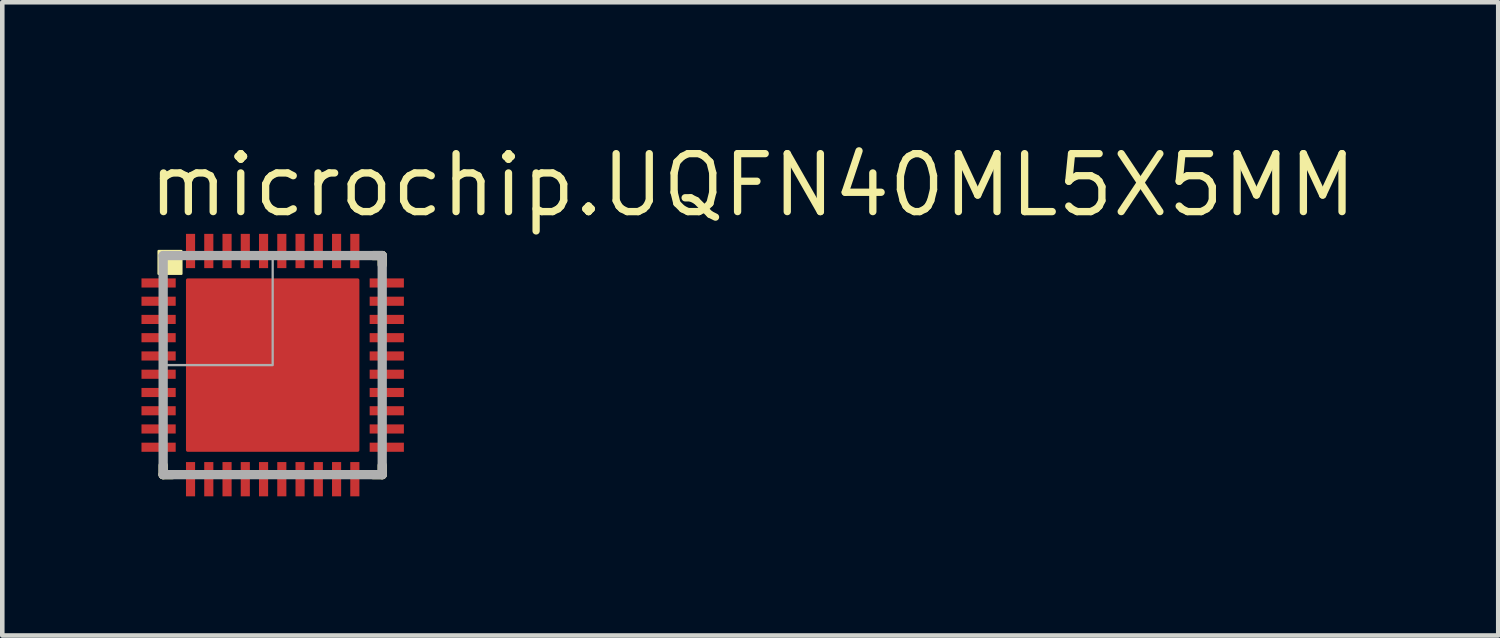
<source format=kicad_pcb>
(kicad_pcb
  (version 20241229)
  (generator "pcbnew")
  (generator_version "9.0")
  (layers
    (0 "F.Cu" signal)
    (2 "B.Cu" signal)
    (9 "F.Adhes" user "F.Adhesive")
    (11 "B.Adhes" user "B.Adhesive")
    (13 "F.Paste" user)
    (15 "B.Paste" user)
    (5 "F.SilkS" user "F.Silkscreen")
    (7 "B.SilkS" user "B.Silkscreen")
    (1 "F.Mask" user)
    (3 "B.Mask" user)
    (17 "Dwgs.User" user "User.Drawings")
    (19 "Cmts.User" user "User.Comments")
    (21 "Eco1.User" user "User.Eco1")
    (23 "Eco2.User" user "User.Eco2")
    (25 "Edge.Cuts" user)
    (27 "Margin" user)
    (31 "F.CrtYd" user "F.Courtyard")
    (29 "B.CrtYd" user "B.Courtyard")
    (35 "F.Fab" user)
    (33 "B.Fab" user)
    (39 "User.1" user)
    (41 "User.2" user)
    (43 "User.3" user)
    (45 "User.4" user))
  (footprint "microchip.UQFN40ML5X5MM"
    (layer "F.Cu")
    (at 2.925 4.95)
    (property "Reference" "microchip.UQFN40ML5X5MM" (at -2.8 -3.2 0) (layer "F.SilkS") (effects (font (size 1.27 1.27) (thickness 0.16)) (justify left bottom)))
    (attr smd)
    (fp_rect (start -2.9 -1.675) (end -2.1 -1.925) (stroke (width 0.05) (type default)) (fill yes) (layer "F.Mask"))
    (fp_rect (start -2.9 -1.275) (end -2.1 -1.525) (stroke (width 0.05) (type default)) (fill yes) (layer "F.Mask"))
    (fp_rect (start -2.9 -0.875) (end -2.1 -1.125) (stroke (width 0.05) (type default)) (fill yes) (layer "F.Mask"))
    (fp_rect (start -2.9 -0.475) (end -2.1 -0.725) (stroke (width 0.05) (type default)) (fill yes) (layer "F.Mask"))
    (fp_rect (start -2.9 -0.075) (end -2.1 -0.325) (stroke (width 0.05) (type default)) (fill yes) (layer "F.Mask"))
    (fp_rect (start -2.9 0.325) (end -2.1 0.075) (stroke (width 0.05) (type default)) (fill yes) (layer "F.Mask"))
    (fp_rect (start -2.9 0.725) (end -2.1 0.475) (stroke (width 0.05) (type default)) (fill yes) (layer "F.Mask"))
    (fp_rect (start -2.9 1.125) (end -2.1 0.875) (stroke (width 0.05) (type default)) (fill yes) (layer "F.Mask"))
    (fp_rect (start -2.9 1.525) (end -2.1 1.275) (stroke (width 0.05) (type default)) (fill yes) (layer "F.Mask"))
    (fp_rect (start -2.9 1.925) (end -2.1 1.675) (stroke (width 0.05) (type default)) (fill yes) (layer "F.Mask"))
    (fp_rect (start -1.95 1.95) (end 1.95 -1.95) (stroke (width 0.05) (type default)) (fill yes) (layer "F.Mask"))
    (fp_rect (start -1.925 -2.1) (end -1.675 -2.9) (stroke (width 0.05) (type default)) (fill yes) (layer "F.Mask"))
    (fp_rect (start -1.925 2.9) (end -1.675 2.1) (stroke (width 0.05) (type default)) (fill yes) (layer "F.Mask"))
    (fp_rect (start -1.525 -2.1) (end -1.275 -2.9) (stroke (width 0.05) (type default)) (fill yes) (layer "F.Mask"))
    (fp_rect (start -1.525 2.9) (end -1.275 2.1) (stroke (width 0.05) (type default)) (fill yes) (layer "F.Mask"))
    (fp_rect (start -1.125 -2.1) (end -0.875 -2.9) (stroke (width 0.05) (type default)) (fill yes) (layer "F.Mask"))
    (fp_rect (start -1.125 2.9) (end -0.875 2.1) (stroke (width 0.05) (type default)) (fill yes) (layer "F.Mask"))
    (fp_rect (start -0.725 -2.1) (end -0.475 -2.9) (stroke (width 0.05) (type default)) (fill yes) (layer "F.Mask"))
    (fp_rect (start -0.725 2.9) (end -0.475 2.1) (stroke (width 0.05) (type default)) (fill yes) (layer "F.Mask"))
    (fp_rect (start -0.325 -2.1) (end -0.075 -2.9) (stroke (width 0.05) (type default)) (fill yes) (layer "F.Mask"))
    (fp_rect (start -0.325 2.9) (end -0.075 2.1) (stroke (width 0.05) (type default)) (fill yes) (layer "F.Mask"))
    (fp_rect (start 0.075 -2.1) (end 0.325 -2.9) (stroke (width 0.05) (type default)) (fill yes) (layer "F.Mask"))
    (fp_rect (start 0.075 2.9) (end 0.325 2.1) (stroke (width 0.05) (type default)) (fill yes) (layer "F.Mask"))
    (fp_rect (start 0.475 -2.1) (end 0.725 -2.9) (stroke (width 0.05) (type default)) (fill yes) (layer "F.Mask"))
    (fp_rect (start 0.475 2.9) (end 0.725 2.1) (stroke (width 0.05) (type default)) (fill yes) (layer "F.Mask"))
    (fp_rect (start 0.875 -2.1) (end 1.125 -2.9) (stroke (width 0.05) (type default)) (fill yes) (layer "F.Mask"))
    (fp_rect (start 0.875 2.9) (end 1.125 2.1) (stroke (width 0.05) (type default)) (fill yes) (layer "F.Mask"))
    (fp_rect (start 1.275 -2.1) (end 1.525 -2.9) (stroke (width 0.05) (type default)) (fill yes) (layer "F.Mask"))
    (fp_rect (start 1.275 2.9) (end 1.525 2.1) (stroke (width 0.05) (type default)) (fill yes) (layer "F.Mask"))
    (fp_rect (start 1.675 -2.1) (end 1.925 -2.9) (stroke (width 0.05) (type default)) (fill yes) (layer "F.Mask"))
    (fp_rect (start 1.675 2.9) (end 1.925 2.1) (stroke (width 0.05) (type default)) (fill yes) (layer "F.Mask"))
    (fp_rect (start 2.1 -1.675) (end 2.9 -1.925) (stroke (width 0.05) (type default)) (fill yes) (layer "F.Mask"))
    (fp_rect (start 2.1 -1.275) (end 2.9 -1.525) (stroke (width 0.05) (type default)) (fill yes) (layer "F.Mask"))
    (fp_rect (start 2.1 -0.875) (end 2.9 -1.125) (stroke (width 0.05) (type default)) (fill yes) (layer "F.Mask"))
    (fp_rect (start 2.1 -0.475) (end 2.9 -0.725) (stroke (width 0.05) (type default)) (fill yes) (layer "F.Mask"))
    (fp_rect (start 2.1 -0.075) (end 2.9 -0.325) (stroke (width 0.05) (type default)) (fill yes) (layer "F.Mask"))
    (fp_rect (start 2.1 0.325) (end 2.9 0.075) (stroke (width 0.05) (type default)) (fill yes) (layer "F.Mask"))
    (fp_rect (start 2.1 0.725) (end 2.9 0.475) (stroke (width 0.05) (type default)) (fill yes) (layer "F.Mask"))
    (fp_rect (start 2.1 1.125) (end 2.9 0.875) (stroke (width 0.05) (type default)) (fill yes) (layer "F.Mask"))
    (fp_rect (start 2.1 1.525) (end 2.9 1.275) (stroke (width 0.05) (type default)) (fill yes) (layer "F.Mask"))
    (fp_rect (start 2.1 1.925) (end 2.9 1.675) (stroke (width 0.05) (type default)) (fill yes) (layer "F.Mask"))
    (fp_line (start -2.4 2.2) (end -2.4 2.4) (stroke (width 0.203) (type default)) (layer "F.SilkS"))
    (fp_line (start -2.4 2.4) (end -2.2 2.4) (stroke (width 0.203) (type default)) (layer "F.SilkS"))
    (fp_line (start 2.2 2.4) (end 2.4 2.4) (stroke (width 0.203) (type default)) (layer "F.SilkS"))
    (fp_line (start 2.4 -2.4) (end 2.2 -2.4) (stroke (width 0.203) (type default)) (layer "F.SilkS"))
    (fp_line (start 2.4 -2.2) (end 2.4 -2.4) (stroke (width 0.203) (type default)) (layer "F.SilkS"))
    (fp_line (start 2.4 2.4) (end 2.4 2.2) (stroke (width 0.203) (type default)) (layer "F.SilkS"))
    (fp_rect (start -2.5 -2) (end -2 -2.5) (stroke (width 0.05) (type default)) (fill yes) (layer "F.SilkS"))
    (fp_rect (start -2.85 -1.725) (end -2.15 -1.875) (stroke (width 0.05) (type default)) (fill yes) (layer "F.Paste"))
    (fp_rect (start -2.85 -1.325) (end -2.15 -1.475) (stroke (width 0.05) (type default)) (fill yes) (layer "F.Paste"))
    (fp_rect (start -2.85 -0.925) (end -2.15 -1.075) (stroke (width 0.05) (type default)) (fill yes) (layer "F.Paste"))
    (fp_rect (start -2.85 -0.525) (end -2.15 -0.675) (stroke (width 0.05) (type default)) (fill yes) (layer "F.Paste"))
    (fp_rect (start -2.85 -0.125) (end -2.15 -0.275) (stroke (width 0.05) (type default)) (fill yes) (layer "F.Paste"))
    (fp_rect (start -2.85 0.275) (end -2.15 0.125) (stroke (width 0.05) (type default)) (fill yes) (layer "F.Paste"))
    (fp_rect (start -2.85 0.675) (end -2.15 0.525) (stroke (width 0.05) (type default)) (fill yes) (layer "F.Paste"))
    (fp_rect (start -2.85 1.075) (end -2.15 0.925) (stroke (width 0.05) (type default)) (fill yes) (layer "F.Paste"))
    (fp_rect (start -2.85 1.475) (end -2.15 1.325) (stroke (width 0.05) (type default)) (fill yes) (layer "F.Paste"))
    (fp_rect (start -2.85 1.875) (end -2.15 1.725) (stroke (width 0.05) (type default)) (fill yes) (layer "F.Paste"))
    (fp_rect (start -1.875 -2.15) (end -1.725 -2.85) (stroke (width 0.05) (type default)) (fill yes) (layer "F.Paste"))
    (fp_rect (start -1.875 2.85) (end -1.725 2.15) (stroke (width 0.05) (type default)) (fill yes) (layer "F.Paste"))
    (fp_rect (start -1.75 1.75) (end 1.75 -1.75) (stroke (width 0.05) (type default)) (fill yes) (layer "F.Paste"))
    (fp_rect (start -1.475 -2.15) (end -1.325 -2.85) (stroke (width 0.05) (type default)) (fill yes) (layer "F.Paste"))
    (fp_rect (start -1.475 2.85) (end -1.325 2.15) (stroke (width 0.05) (type default)) (fill yes) (layer "F.Paste"))
    (fp_rect (start -1.075 -2.15) (end -0.925 -2.85) (stroke (width 0.05) (type default)) (fill yes) (layer "F.Paste"))
    (fp_rect (start -1.075 2.85) (end -0.925 2.15) (stroke (width 0.05) (type default)) (fill yes) (layer "F.Paste"))
    (fp_rect (start -0.675 -2.15) (end -0.525 -2.85) (stroke (width 0.05) (type default)) (fill yes) (layer "F.Paste"))
    (fp_rect (start -0.675 2.85) (end -0.525 2.15) (stroke (width 0.05) (type default)) (fill yes) (layer "F.Paste"))
    (fp_rect (start -0.275 -2.15) (end -0.125 -2.85) (stroke (width 0.05) (type default)) (fill yes) (layer "F.Paste"))
    (fp_rect (start -0.275 2.85) (end -0.125 2.15) (stroke (width 0.05) (type default)) (fill yes) (layer "F.Paste"))
    (fp_rect (start 0.125 -2.15) (end 0.275 -2.85) (stroke (width 0.05) (type default)) (fill yes) (layer "F.Paste"))
    (fp_rect (start 0.125 2.85) (end 0.275 2.15) (stroke (width 0.05) (type default)) (fill yes) (layer "F.Paste"))
    (fp_rect (start 0.525 -2.15) (end 0.675 -2.85) (stroke (width 0.05) (type default)) (fill yes) (layer "F.Paste"))
    (fp_rect (start 0.525 2.85) (end 0.675 2.15) (stroke (width 0.05) (type default)) (fill yes) (layer "F.Paste"))
    (fp_rect (start 0.925 -2.15) (end 1.075 -2.85) (stroke (width 0.05) (type default)) (fill yes) (layer "F.Paste"))
    (fp_rect (start 0.925 2.85) (end 1.075 2.15) (stroke (width 0.05) (type default)) (fill yes) (layer "F.Paste"))
    (fp_rect (start 1.325 -2.15) (end 1.475 -2.85) (stroke (width 0.05) (type default)) (fill yes) (layer "F.Paste"))
    (fp_rect (start 1.325 2.85) (end 1.475 2.15) (stroke (width 0.05) (type default)) (fill yes) (layer "F.Paste"))
    (fp_rect (start 1.725 -2.15) (end 1.875 -2.85) (stroke (width 0.05) (type default)) (fill yes) (layer "F.Paste"))
    (fp_rect (start 1.725 2.85) (end 1.875 2.15) (stroke (width 0.05) (type default)) (fill yes) (layer "F.Paste"))
    (fp_rect (start 2.15 -1.725) (end 2.85 -1.875) (stroke (width 0.05) (type default)) (fill yes) (layer "F.Paste"))
    (fp_rect (start 2.15 -1.325) (end 2.85 -1.475) (stroke (width 0.05) (type default)) (fill yes) (layer "F.Paste"))
    (fp_rect (start 2.15 -0.925) (end 2.85 -1.075) (stroke (width 0.05) (type default)) (fill yes) (layer "F.Paste"))
    (fp_rect (start 2.15 -0.525) (end 2.85 -0.675) (stroke (width 0.05) (type default)) (fill yes) (layer "F.Paste"))
    (fp_rect (start 2.15 -0.125) (end 2.85 -0.275) (stroke (width 0.05) (type default)) (fill yes) (layer "F.Paste"))
    (fp_rect (start 2.15 0.275) (end 2.85 0.125) (stroke (width 0.05) (type default)) (fill yes) (layer "F.Paste"))
    (fp_rect (start 2.15 0.675) (end 2.85 0.525) (stroke (width 0.05) (type default)) (fill yes) (layer "F.Paste"))
    (fp_rect (start 2.15 1.075) (end 2.85 0.925) (stroke (width 0.05) (type default)) (fill yes) (layer "F.Paste"))
    (fp_rect (start 2.15 1.475) (end 2.85 1.325) (stroke (width 0.05) (type default)) (fill yes) (layer "F.Paste"))
    (fp_rect (start 2.15 1.875) (end 2.85 1.725) (stroke (width 0.05) (type default)) (fill yes) (layer "F.Paste"))
    (fp_line (start -2.4 -2.4) (end -2.4 2.4) (stroke (width 0.203) (type default)) (layer "F.Fab"))
    (fp_line (start -2.4 2.4) (end 2.4 2.4) (stroke (width 0.203) (type default)) (layer "F.Fab"))
    (fp_line (start 2.4 -2.4) (end -2.4 -2.4) (stroke (width 0.203) (type default)) (layer "F.Fab"))
    (fp_line (start 2.4 2.4) (end 2.4 -2.4) (stroke (width 0.203) (type default)) (layer "F.Fab"))
    (fp_rect (start -2.4 0) (end 0 -2.4) (stroke (width 0.05) (type default)) (fill no) (layer "F.Fab"))
    (pad "1" smd roundrect (at -2.5 -1.8) (size 0.75 0.2) (layers "F.Cu" "F.Mask" "F.Paste") (roundrect_rratio 0.01))
    (pad "2" smd roundrect (at -2.5 -1.4) (size 0.75 0.2) (layers "F.Cu" "F.Mask" "F.Paste") (roundrect_rratio 0.01))
    (pad "3" smd roundrect (at -2.5 -1) (size 0.75 0.2) (layers "F.Cu" "F.Mask" "F.Paste") (roundrect_rratio 0.01))
    (pad "4" smd roundrect (at -2.5 -0.6) (size 0.75 0.2) (layers "F.Cu" "F.Mask" "F.Paste") (roundrect_rratio 0.01))
    (pad "5" smd roundrect (at -2.5 -0.2) (size 0.75 0.2) (layers "F.Cu" "F.Mask" "F.Paste") (roundrect_rratio 0.01))
    (pad "6" smd roundrect (at -2.5 0.2) (size 0.75 0.2) (layers "F.Cu" "F.Mask" "F.Paste") (roundrect_rratio 0.01))
    (pad "7" smd roundrect (at -2.5 0.6) (size 0.75 0.2) (layers "F.Cu" "F.Mask" "F.Paste") (roundrect_rratio 0.01))
    (pad "8" smd roundrect (at -2.5 1) (size 0.75 0.2) (layers "F.Cu" "F.Mask" "F.Paste") (roundrect_rratio 0.01))
    (pad "9" smd roundrect (at -2.5 1.4) (size 0.75 0.2) (layers "F.Cu" "F.Mask" "F.Paste") (roundrect_rratio 0.01))
    (pad "10" smd roundrect (at -2.5 1.8) (size 0.75 0.2) (layers "F.Cu" "F.Mask" "F.Paste") (roundrect_rratio 0.01))
    (pad "11" smd roundrect (at -1.8 2.5 90) (size 0.75 0.2) (layers "F.Cu" "F.Mask" "F.Paste") (roundrect_rratio 0.01))
    (pad "12" smd roundrect (at -1.4 2.5 90) (size 0.75 0.2) (layers "F.Cu" "F.Mask" "F.Paste") (roundrect_rratio 0.01))
    (pad "13" smd roundrect (at -1 2.5 90) (size 0.75 0.2) (layers "F.Cu" "F.Mask" "F.Paste") (roundrect_rratio 0.01))
    (pad "14" smd roundrect (at -0.6 2.5 90) (size 0.75 0.2) (layers "F.Cu" "F.Mask" "F.Paste") (roundrect_rratio 0.01))
    (pad "15" smd roundrect (at -0.2 2.5 90) (size 0.75 0.2) (layers "F.Cu" "F.Mask" "F.Paste") (roundrect_rratio 0.01))
    (pad "16" smd roundrect (at 0.2 2.5 90) (size 0.75 0.2) (layers "F.Cu" "F.Mask" "F.Paste") (roundrect_rratio 0.01))
    (pad "17" smd roundrect (at 0.6 2.5 90) (size 0.75 0.2) (layers "F.Cu" "F.Mask" "F.Paste") (roundrect_rratio 0.01))
    (pad "18" smd roundrect (at 1 2.5 90) (size 0.75 0.2) (layers "F.Cu" "F.Mask" "F.Paste") (roundrect_rratio 0.01))
    (pad "19" smd roundrect (at 1.4 2.5 90) (size 0.75 0.2) (layers "F.Cu" "F.Mask" "F.Paste") (roundrect_rratio 0.01))
    (pad "20" smd roundrect (at 1.8 2.5 90) (size 0.75 0.2) (layers "F.Cu" "F.Mask" "F.Paste") (roundrect_rratio 0.01))
    (pad "21" smd roundrect (at 2.5 1.8 180) (size 0.75 0.2) (layers "F.Cu" "F.Mask" "F.Paste") (roundrect_rratio 0.01))
    (pad "22" smd roundrect (at 2.5 1.4 180) (size 0.75 0.2) (layers "F.Cu" "F.Mask" "F.Paste") (roundrect_rratio 0.01))
    (pad "23" smd roundrect (at 2.5 1 180) (size 0.75 0.2) (layers "F.Cu" "F.Mask" "F.Paste") (roundrect_rratio 0.01))
    (pad "24" smd roundrect (at 2.5 0.6 180) (size 0.75 0.2) (layers "F.Cu" "F.Mask" "F.Paste") (roundrect_rratio 0.01))
    (pad "25" smd roundrect (at 2.5 0.2 180) (size 0.75 0.2) (layers "F.Cu" "F.Mask" "F.Paste") (roundrect_rratio 0.01))
    (pad "26" smd roundrect (at 2.5 -0.2 180) (size 0.75 0.2) (layers "F.Cu" "F.Mask" "F.Paste") (roundrect_rratio 0.01))
    (pad "27" smd roundrect (at 2.5 -0.6 180) (size 0.75 0.2) (layers "F.Cu" "F.Mask" "F.Paste") (roundrect_rratio 0.01))
    (pad "28" smd roundrect (at 2.5 -1 180) (size 0.75 0.2) (layers "F.Cu" "F.Mask" "F.Paste") (roundrect_rratio 0.01))
    (pad "29" smd roundrect (at 2.5 -1.4 180) (size 0.75 0.2) (layers "F.Cu" "F.Mask" "F.Paste") (roundrect_rratio 0.01))
    (pad "30" smd roundrect (at 2.5 -1.8 180) (size 0.75 0.2) (layers "F.Cu" "F.Mask" "F.Paste") (roundrect_rratio 0.01))
    (pad "31" smd roundrect (at 1.8 -2.5 270) (size 0.75 0.2) (layers "F.Cu" "F.Mask" "F.Paste") (roundrect_rratio 0.01))
    (pad "32" smd roundrect (at 1.4 -2.5 270) (size 0.75 0.2) (layers "F.Cu" "F.Mask" "F.Paste") (roundrect_rratio 0.01))
    (pad "33" smd roundrect (at 1 -2.5 270) (size 0.75 0.2) (layers "F.Cu" "F.Mask" "F.Paste") (roundrect_rratio 0.01))
    (pad "34" smd roundrect (at 0.6 -2.5 270) (size 0.75 0.2) (layers "F.Cu" "F.Mask" "F.Paste") (roundrect_rratio 0.01))
    (pad "35" smd roundrect (at 0.2 -2.5 270) (size 0.75 0.2) (layers "F.Cu" "F.Mask" "F.Paste") (roundrect_rratio 0.01))
    (pad "36" smd roundrect (at -0.2 -2.5 270) (size 0.75 0.2) (layers "F.Cu" "F.Mask" "F.Paste") (roundrect_rratio 0.01))
    (pad "37" smd roundrect (at -0.6 -2.5 270) (size 0.75 0.2) (layers "F.Cu" "F.Mask" "F.Paste") (roundrect_rratio 0.01))
    (pad "38" smd roundrect (at -1 -2.5 270) (size 0.75 0.2) (layers "F.Cu" "F.Mask" "F.Paste") (roundrect_rratio 0.01))
    (pad "39" smd roundrect (at -1.4 -2.5 270) (size 0.75 0.2) (layers "F.Cu" "F.Mask" "F.Paste") (roundrect_rratio 0.01))
    (pad "40" smd roundrect (at -1.8 -2.5 270) (size 0.75 0.2) (layers "F.Cu" "F.Mask" "F.Paste") (roundrect_rratio 0.01))
    (pad "TH" smd roundrect (at 0 0) (size 3.8 3.8) (layers "F.Cu" "F.Mask" "F.Paste") (roundrect_rratio 0.01)))
  (gr_rect
    (start -3 -3)
    (end 29.779 10.875)
    (stroke (width 0.1) (type default))
    (fill no)
    (layer "Edge.Cuts")))
</source>
